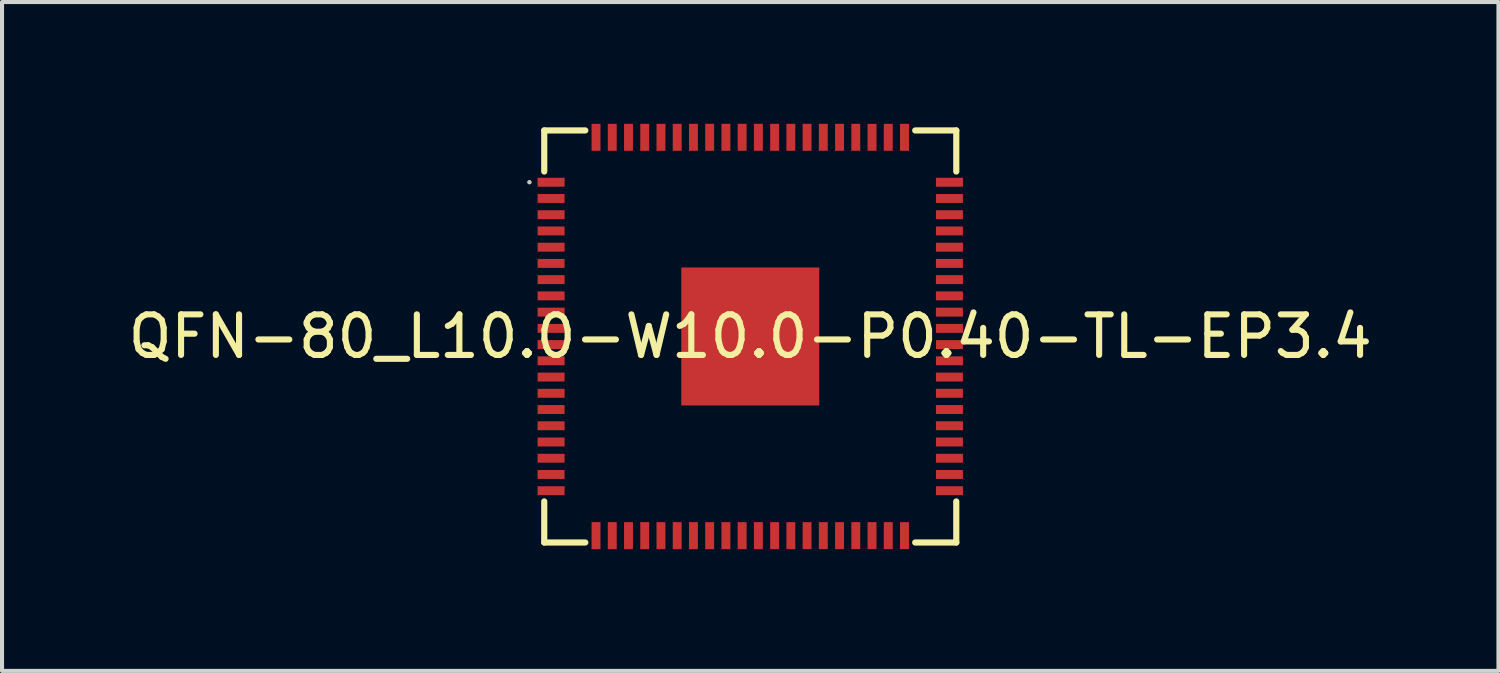
<source format=kicad_pcb>
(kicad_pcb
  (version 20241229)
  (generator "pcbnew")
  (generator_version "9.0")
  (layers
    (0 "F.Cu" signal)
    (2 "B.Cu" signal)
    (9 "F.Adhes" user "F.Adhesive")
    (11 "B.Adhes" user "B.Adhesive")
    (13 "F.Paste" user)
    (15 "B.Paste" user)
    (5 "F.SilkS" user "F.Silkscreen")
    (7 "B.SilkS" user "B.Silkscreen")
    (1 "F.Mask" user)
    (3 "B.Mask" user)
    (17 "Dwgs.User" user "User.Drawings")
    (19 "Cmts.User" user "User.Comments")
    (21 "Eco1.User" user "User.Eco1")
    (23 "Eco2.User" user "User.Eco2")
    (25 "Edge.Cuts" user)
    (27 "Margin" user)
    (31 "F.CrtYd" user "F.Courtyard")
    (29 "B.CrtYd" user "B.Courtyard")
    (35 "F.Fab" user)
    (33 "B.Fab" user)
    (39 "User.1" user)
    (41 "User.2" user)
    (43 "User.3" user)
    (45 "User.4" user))
  (footprint "QFN-80_L10.0-W10.0-P0.40-TL-EP3.4"
    (layer "F.Cu")
    (at 15.435 5.24)
    (property "Reference" "QFN-80_L10.0-W10.0-P0.40-TL-EP3.4" (at 0 0 0) (layer "F.SilkS") (effects (font (size 1 1) (thickness 0.15))))
    (fp_line (start -5.076 -5.076) (end -4.064 -5.076) (stroke (width 0.152) (type default)) (layer "F.SilkS"))
    (fp_line (start -5.076 -4.064) (end -5.076 -5.076) (stroke (width 0.152) (type default)) (layer "F.SilkS"))
    (fp_line (start -5.076 4.064) (end -5.076 5.076) (stroke (width 0.152) (type default)) (layer "F.SilkS"))
    (fp_line (start -5.076 5.076) (end -4.064 5.076) (stroke (width 0.152) (type default)) (layer "F.SilkS"))
    (fp_line (start 5.076 -5.076) (end 4.064 -5.076) (stroke (width 0.152) (type default)) (layer "F.SilkS"))
    (fp_line (start 5.076 -4.064) (end 5.076 -5.076) (stroke (width 0.152) (type default)) (layer "F.SilkS"))
    (fp_line (start 5.076 4.064) (end 5.076 5.076) (stroke (width 0.152) (type default)) (layer "F.SilkS"))
    (fp_line (start 5.076 5.076) (end 4.064 5.076) (stroke (width 0.152) (type default)) (layer "F.SilkS"))
    (fp_circle (center -5.441 -3.8) (end -5.416 -3.8) (stroke (width 0.05) (type default)) (fill no) (layer "F.SilkS"))
    (fp_circle (center -5.441 -3.8) (end -5.416 -3.8) (stroke (width 0.05) (type default)) (fill no) (layer "Dwgs.User"))
    (fp_poly (pts (xy -5 -3.7) (xy -4.6 -3.7) (xy -4.6 -3.9) (xy -5 -3.9)) (stroke (width 0.1) (type default)) (fill no) (layer "User.1"))
    (fp_poly (pts (xy -5 -3.3) (xy -4.6 -3.3) (xy -4.6 -3.5) (xy -5 -3.5)) (stroke (width 0.1) (type default)) (fill no) (layer "User.1"))
    (fp_poly (pts (xy -5 -2.9) (xy -4.6 -2.9) (xy -4.6 -3.1) (xy -5 -3.1)) (stroke (width 0.1) (type default)) (fill no) (layer "User.1"))
    (fp_poly (pts (xy -5 -2.5) (xy -4.6 -2.5) (xy -4.6 -2.7) (xy -5 -2.7)) (stroke (width 0.1) (type default)) (fill no) (layer "User.1"))
    (fp_poly (pts (xy -5 -2.1) (xy -4.6 -2.1) (xy -4.6 -2.3) (xy -5 -2.3)) (stroke (width 0.1) (type default)) (fill no) (layer "User.1"))
    (fp_poly (pts (xy -5 -1.7) (xy -4.6 -1.7) (xy -4.6 -1.9) (xy -5 -1.9)) (stroke (width 0.1) (type default)) (fill no) (layer "User.1"))
    (fp_poly (pts (xy -5 -1.3) (xy -4.6 -1.3) (xy -4.6 -1.5) (xy -5 -1.5)) (stroke (width 0.1) (type default)) (fill no) (layer "User.1"))
    (fp_poly (pts (xy -5 -0.9) (xy -4.6 -0.9) (xy -4.6 -1.1) (xy -5 -1.1)) (stroke (width 0.1) (type default)) (fill no) (layer "User.1"))
    (fp_poly (pts (xy -5 -0.5) (xy -4.6 -0.5) (xy -4.6 -0.7) (xy -5 -0.7)) (stroke (width 0.1) (type default)) (fill no) (layer "User.1"))
    (fp_poly (pts (xy -5 -0.1) (xy -4.6 -0.1) (xy -4.6 -0.3) (xy -5 -0.3)) (stroke (width 0.1) (type default)) (fill no) (layer "User.1"))
    (fp_poly (pts (xy -5 0.3) (xy -4.6 0.3) (xy -4.6 0.1) (xy -5 0.1)) (stroke (width 0.1) (type default)) (fill no) (layer "User.1"))
    (fp_poly (pts (xy -5 0.7) (xy -4.6 0.7) (xy -4.6 0.5) (xy -5 0.5)) (stroke (width 0.1) (type default)) (fill no) (layer "User.1"))
    (fp_poly (pts (xy -5 1.1) (xy -4.6 1.1) (xy -4.6 0.9) (xy -5 0.9)) (stroke (width 0.1) (type default)) (fill no) (layer "User.1"))
    (fp_poly (pts (xy -5 1.5) (xy -4.6 1.5) (xy -4.6 1.3) (xy -5 1.3)) (stroke (width 0.1) (type default)) (fill no) (layer "User.1"))
    (fp_poly (pts (xy -5 1.9) (xy -4.6 1.9) (xy -4.6 1.7) (xy -5 1.7)) (stroke (width 0.1) (type default)) (fill no) (layer "User.1"))
    (fp_poly (pts (xy -5 2.3) (xy -4.6 2.3) (xy -4.6 2.1) (xy -5 2.1)) (stroke (width 0.1) (type default)) (fill no) (layer "User.1"))
    (fp_poly (pts (xy -5 2.7) (xy -4.6 2.7) (xy -4.6 2.5) (xy -5 2.5)) (stroke (width 0.1) (type default)) (fill no) (layer "User.1"))
    (fp_poly (pts (xy -5 3.1) (xy -4.6 3.1) (xy -4.6 2.9) (xy -5 2.9)) (stroke (width 0.1) (type default)) (fill no) (layer "User.1"))
    (fp_poly (pts (xy -5 3.5) (xy -4.6 3.5) (xy -4.6 3.3) (xy -5 3.3)) (stroke (width 0.1) (type default)) (fill no) (layer "User.1"))
    (fp_poly (pts (xy -5 3.9) (xy -4.6 3.9) (xy -4.6 3.7) (xy -5 3.7)) (stroke (width 0.1) (type default)) (fill no) (layer "User.1"))
    (fp_poly (pts (xy -3.9 -5) (xy -3.7 -5) (xy -3.7 -4.6) (xy -3.9 -4.6)) (stroke (width 0.1) (type default)) (fill no) (layer "User.1"))
    (fp_poly (pts (xy -3.9 5) (xy -3.7 5) (xy -3.7 4.6) (xy -3.9 4.6)) (stroke (width 0.1) (type default)) (fill no) (layer "User.1"))
    (fp_poly (pts (xy -3.5 -5) (xy -3.3 -5) (xy -3.3 -4.6) (xy -3.5 -4.6)) (stroke (width 0.1) (type default)) (fill no) (layer "User.1"))
    (fp_poly (pts (xy -3.5 5) (xy -3.3 5) (xy -3.3 4.6) (xy -3.5 4.6)) (stroke (width 0.1) (type default)) (fill no) (layer "User.1"))
    (fp_poly (pts (xy -3.1 -5) (xy -2.9 -5) (xy -2.9 -4.6) (xy -3.1 -4.6)) (stroke (width 0.1) (type default)) (fill no) (layer "User.1"))
    (fp_poly (pts (xy -3.1 5) (xy -2.9 5) (xy -2.9 4.6) (xy -3.1 4.6)) (stroke (width 0.1) (type default)) (fill no) (layer "User.1"))
    (fp_poly (pts (xy -2.7 -5) (xy -2.5 -5) (xy -2.5 -4.6) (xy -2.7 -4.6)) (stroke (width 0.1) (type default)) (fill no) (layer "User.1"))
    (fp_poly (pts (xy -2.7 5) (xy -2.5 5) (xy -2.5 4.6) (xy -2.7 4.6)) (stroke (width 0.1) (type default)) (fill no) (layer "User.1"))
    (fp_poly (pts (xy -2.3 -5) (xy -2.1 -5) (xy -2.1 -4.6) (xy -2.3 -4.6)) (stroke (width 0.1) (type default)) (fill no) (layer "User.1"))
    (fp_poly (pts (xy -2.3 5) (xy -2.1 5) (xy -2.1 4.6) (xy -2.3 4.6)) (stroke (width 0.1) (type default)) (fill no) (layer "User.1"))
    (fp_poly (pts (xy -1.9 -5) (xy -1.7 -5) (xy -1.7 -4.6) (xy -1.9 -4.6)) (stroke (width 0.1) (type default)) (fill no) (layer "User.1"))
    (fp_poly (pts (xy -1.9 5) (xy -1.7 5) (xy -1.7 4.6) (xy -1.9 4.6)) (stroke (width 0.1) (type default)) (fill no) (layer "User.1"))
    (fp_poly (pts (xy -1.5 -5) (xy -1.3 -5) (xy -1.3 -4.6) (xy -1.5 -4.6)) (stroke (width 0.1) (type default)) (fill no) (layer "User.1"))
    (fp_poly (pts (xy -1.5 5) (xy -1.3 5) (xy -1.3 4.6) (xy -1.5 4.6)) (stroke (width 0.1) (type default)) (fill no) (layer "User.1"))
    (fp_poly (pts (xy -1.1 -5) (xy -0.9 -5) (xy -0.9 -4.6) (xy -1.1 -4.6)) (stroke (width 0.1) (type default)) (fill no) (layer "User.1"))
    (fp_poly (pts (xy -1.1 5) (xy -0.9 5) (xy -0.9 4.6) (xy -1.1 4.6)) (stroke (width 0.1) (type default)) (fill no) (layer "User.1"))
    (fp_poly (pts (xy -0.7 -5) (xy -0.5 -5) (xy -0.5 -4.6) (xy -0.7 -4.6)) (stroke (width 0.1) (type default)) (fill no) (layer "User.1"))
    (fp_poly (pts (xy -0.7 5) (xy -0.5 5) (xy -0.5 4.6) (xy -0.7 4.6)) (stroke (width 0.1) (type default)) (fill no) (layer "User.1"))
    (fp_poly (pts (xy -0.3 -5) (xy -0.1 -5) (xy -0.1 -4.6) (xy -0.3 -4.6)) (stroke (width 0.1) (type default)) (fill no) (layer "User.1"))
    (fp_poly (pts (xy -0.3 5) (xy -0.1 5) (xy -0.1 4.6) (xy -0.3 4.6)) (stroke (width 0.1) (type default)) (fill no) (layer "User.1"))
    (fp_poly (pts (xy 0.1 -5) (xy 0.3 -5) (xy 0.3 -4.6) (xy 0.1 -4.6)) (stroke (width 0.1) (type default)) (fill no) (layer "User.1"))
    (fp_poly (pts (xy 0.1 5) (xy 0.3 5) (xy 0.3 4.6) (xy 0.1 4.6)) (stroke (width 0.1) (type default)) (fill no) (layer "User.1"))
    (fp_poly (pts (xy 0.5 -5) (xy 0.7 -5) (xy 0.7 -4.6) (xy 0.5 -4.6)) (stroke (width 0.1) (type default)) (fill no) (layer "User.1"))
    (fp_poly (pts (xy 0.5 5) (xy 0.7 5) (xy 0.7 4.6) (xy 0.5 4.6)) (stroke (width 0.1) (type default)) (fill no) (layer "User.1"))
    (fp_poly (pts (xy 0.9 -5) (xy 1.1 -5) (xy 1.1 -4.6) (xy 0.9 -4.6)) (stroke (width 0.1) (type default)) (fill no) (layer "User.1"))
    (fp_poly (pts (xy 0.9 5) (xy 1.1 5) (xy 1.1 4.6) (xy 0.9 4.6)) (stroke (width 0.1) (type default)) (fill no) (layer "User.1"))
    (fp_poly (pts (xy 1.3 -5) (xy 1.5 -5) (xy 1.5 -4.6) (xy 1.3 -4.6)) (stroke (width 0.1) (type default)) (fill no) (layer "User.1"))
    (fp_poly (pts (xy 1.3 5) (xy 1.5 5) (xy 1.5 4.6) (xy 1.3 4.6)) (stroke (width 0.1) (type default)) (fill no) (layer "User.1"))
    (fp_poly (pts (xy 1.7 -5) (xy 1.9 -5) (xy 1.9 -4.6) (xy 1.7 -4.6)) (stroke (width 0.1) (type default)) (fill no) (layer "User.1"))
    (fp_poly (pts (xy 1.7 5) (xy 1.9 5) (xy 1.9 4.6) (xy 1.7 4.6)) (stroke (width 0.1) (type default)) (fill no) (layer "User.1"))
    (fp_poly (pts (xy 2.1 -5) (xy 2.3 -5) (xy 2.3 -4.6) (xy 2.1 -4.6)) (stroke (width 0.1) (type default)) (fill no) (layer "User.1"))
    (fp_poly (pts (xy 2.1 5) (xy 2.3 5) (xy 2.3 4.6) (xy 2.1 4.6)) (stroke (width 0.1) (type default)) (fill no) (layer "User.1"))
    (fp_poly (pts (xy 2.5 -5) (xy 2.7 -5) (xy 2.7 -4.6) (xy 2.5 -4.6)) (stroke (width 0.1) (type default)) (fill no) (layer "User.1"))
    (fp_poly (pts (xy 2.5 5) (xy 2.7 5) (xy 2.7 4.6) (xy 2.5 4.6)) (stroke (width 0.1) (type default)) (fill no) (layer "User.1"))
    (fp_poly (pts (xy 2.9 -5) (xy 3.1 -5) (xy 3.1 -4.6) (xy 2.9 -4.6)) (stroke (width 0.1) (type default)) (fill no) (layer "User.1"))
    (fp_poly (pts (xy 2.9 5) (xy 3.1 5) (xy 3.1 4.6) (xy 2.9 4.6)) (stroke (width 0.1) (type default)) (fill no) (layer "User.1"))
    (fp_poly (pts (xy 3.3 -5) (xy 3.5 -5) (xy 3.5 -4.6) (xy 3.3 -4.6)) (stroke (width 0.1) (type default)) (fill no) (layer "User.1"))
    (fp_poly (pts (xy 3.3 5) (xy 3.5 5) (xy 3.5 4.6) (xy 3.3 4.6)) (stroke (width 0.1) (type default)) (fill no) (layer "User.1"))
    (fp_poly (pts (xy 3.7 -5) (xy 3.9 -5) (xy 3.9 -4.6) (xy 3.7 -4.6)) (stroke (width 0.1) (type default)) (fill no) (layer "User.1"))
    (fp_poly (pts (xy 3.7 5) (xy 3.9 5) (xy 3.9 4.6) (xy 3.7 4.6)) (stroke (width 0.1) (type default)) (fill no) (layer "User.1"))
    (fp_poly (pts (xy 5 -3.7) (xy 4.6 -3.7) (xy 4.6 -3.9) (xy 5 -3.9)) (stroke (width 0.1) (type default)) (fill no) (layer "User.1"))
    (fp_poly (pts (xy 5 -3.3) (xy 4.6 -3.3) (xy 4.6 -3.5) (xy 5 -3.5)) (stroke (width 0.1) (type default)) (fill no) (layer "User.1"))
    (fp_poly (pts (xy 5 -2.9) (xy 4.6 -2.9) (xy 4.6 -3.1) (xy 5 -3.1)) (stroke (width 0.1) (type default)) (fill no) (layer "User.1"))
    (fp_poly (pts (xy 5 -2.5) (xy 4.6 -2.5) (xy 4.6 -2.7) (xy 5 -2.7)) (stroke (width 0.1) (type default)) (fill no) (layer "User.1"))
    (fp_poly (pts (xy 5 -2.1) (xy 4.6 -2.1) (xy 4.6 -2.3) (xy 5 -2.3)) (stroke (width 0.1) (type default)) (fill no) (layer "User.1"))
    (fp_poly (pts (xy 5 -1.7) (xy 4.6 -1.7) (xy 4.6 -1.9) (xy 5 -1.9)) (stroke (width 0.1) (type default)) (fill no) (layer "User.1"))
    (fp_poly (pts (xy 5 -1.3) (xy 4.6 -1.3) (xy 4.6 -1.5) (xy 5 -1.5)) (stroke (width 0.1) (type default)) (fill no) (layer "User.1"))
    (fp_poly (pts (xy 5 -0.9) (xy 4.6 -0.9) (xy 4.6 -1.1) (xy 5 -1.1)) (stroke (width 0.1) (type default)) (fill no) (layer "User.1"))
    (fp_poly (pts (xy 5 -0.5) (xy 4.6 -0.5) (xy 4.6 -0.7) (xy 5 -0.7)) (stroke (width 0.1) (type default)) (fill no) (layer "User.1"))
    (fp_poly (pts (xy 5 -0.1) (xy 4.6 -0.1) (xy 4.6 -0.3) (xy 5 -0.3)) (stroke (width 0.1) (type default)) (fill no) (layer "User.1"))
    (fp_poly (pts (xy 5 0.3) (xy 4.6 0.3) (xy 4.6 0.1) (xy 5 0.1)) (stroke (width 0.1) (type default)) (fill no) (layer "User.1"))
    (fp_poly (pts (xy 5 0.7) (xy 4.6 0.7) (xy 4.6 0.5) (xy 5 0.5)) (stroke (width 0.1) (type default)) (fill no) (layer "User.1"))
    (fp_poly (pts (xy 5 1.1) (xy 4.6 1.1) (xy 4.6 0.9) (xy 5 0.9)) (stroke (width 0.1) (type default)) (fill no) (layer "User.1"))
    (fp_poly (pts (xy 5 1.5) (xy 4.6 1.5) (xy 4.6 1.3) (xy 5 1.3)) (stroke (width 0.1) (type default)) (fill no) (layer "User.1"))
    (fp_poly (pts (xy 5 1.9) (xy 4.6 1.9) (xy 4.6 1.7) (xy 5 1.7)) (stroke (width 0.1) (type default)) (fill no) (layer "User.1"))
    (fp_poly (pts (xy 5 2.3) (xy 4.6 2.3) (xy 4.6 2.1) (xy 5 2.1)) (stroke (width 0.1) (type default)) (fill no) (layer "User.1"))
    (fp_poly (pts (xy 5 2.7) (xy 4.6 2.7) (xy 4.6 2.5) (xy 5 2.5)) (stroke (width 0.1) (type default)) (fill no) (layer "User.1"))
    (fp_poly (pts (xy 5 3.1) (xy 4.6 3.1) (xy 4.6 2.9) (xy 5 2.9)) (stroke (width 0.1) (type default)) (fill no) (layer "User.1"))
    (fp_poly (pts (xy 5 3.5) (xy 4.6 3.5) (xy 4.6 3.3) (xy 5 3.3)) (stroke (width 0.1) (type default)) (fill no) (layer "User.1"))
    (fp_poly (pts (xy 5 3.9) (xy 4.6 3.9) (xy 4.6 3.7) (xy 5 3.7)) (stroke (width 0.1) (type default)) (fill no) (layer "User.1"))
    (fp_poly (pts (xy -1.36 -1.7) (xy 1.7 -1.7) (xy 1.7 1.7) (xy -1.7 1.7) (xy -1.7 -1.36)) (stroke (width 0.1) (type default)) (fill no) (layer "User.1"))
    (fp_line (start -5 -5) (end -5 5) (stroke (width 0.051) (type default)) (layer "User.2"))
    (fp_line (start -5 5) (end 5 5) (stroke (width 0.051) (type default)) (layer "User.2"))
    (fp_line (start 5 -5) (end -5 -5) (stroke (width 0.051) (type default)) (layer "User.2"))
    (fp_line (start 5 5) (end 5 -5) (stroke (width 0.051) (type default)) (layer "User.2"))
    (fp_poly (pts (xy -4.945 -5.023) (xy -4.977 -5.055) (xy -5.023 -5.055) (xy -5.055 -5.023) (xy -5.055 -4.977) (xy -5.023 -4.945) (xy -4.977 -4.945) (xy -4.945 -4.977)) (stroke (width 0.1) (type default)) (fill no) (layer "User.3"))
    (pad "1" smd rect (at -4.907 -3.8) (size 0.665 0.22) (layers "F.Cu" "F.Mask" "F.Paste"))
    (pad "2" smd rect (at -4.907 -3.4) (size 0.665 0.22) (layers "F.Cu" "F.Mask" "F.Paste"))
    (pad "3" smd rect (at -4.907 -3) (size 0.665 0.22) (layers "F.Cu" "F.Mask" "F.Paste"))
    (pad "4" smd rect (at -4.907 -2.6) (size 0.665 0.22) (layers "F.Cu" "F.Mask" "F.Paste"))
    (pad "5" smd rect (at -4.907 -2.2) (size 0.665 0.22) (layers "F.Cu" "F.Mask" "F.Paste"))
    (pad "6" smd rect (at -4.907 -1.8) (size 0.665 0.22) (layers "F.Cu" "F.Mask" "F.Paste"))
    (pad "7" smd rect (at -4.907 -1.4) (size 0.665 0.22) (layers "F.Cu" "F.Mask" "F.Paste"))
    (pad "8" smd rect (at -4.907 -1) (size 0.665 0.22) (layers "F.Cu" "F.Mask" "F.Paste"))
    (pad "9" smd rect (at -4.907 -0.6) (size 0.665 0.22) (layers "F.Cu" "F.Mask" "F.Paste"))
    (pad "10" smd rect (at -4.907 -0.2) (size 0.665 0.22) (layers "F.Cu" "F.Mask" "F.Paste"))
    (pad "11" smd rect (at -4.907 0.2) (size 0.665 0.22) (layers "F.Cu" "F.Mask" "F.Paste"))
    (pad "12" smd rect (at -4.907 0.6) (size 0.665 0.22) (layers "F.Cu" "F.Mask" "F.Paste"))
    (pad "13" smd rect (at -4.907 1) (size 0.665 0.22) (layers "F.Cu" "F.Mask" "F.Paste"))
    (pad "14" smd rect (at -4.907 1.4) (size 0.665 0.22) (layers "F.Cu" "F.Mask" "F.Paste"))
    (pad "15" smd rect (at -4.907 1.8) (size 0.665 0.22) (layers "F.Cu" "F.Mask" "F.Paste"))
    (pad "16" smd rect (at -4.907 2.2) (size 0.665 0.22) (layers "F.Cu" "F.Mask" "F.Paste"))
    (pad "17" smd rect (at -4.907 2.6) (size 0.665 0.22) (layers "F.Cu" "F.Mask" "F.Paste"))
    (pad "18" smd rect (at -4.907 3) (size 0.665 0.22) (layers "F.Cu" "F.Mask" "F.Paste"))
    (pad "19" smd rect (at -4.907 3.4) (size 0.665 0.22) (layers "F.Cu" "F.Mask" "F.Paste"))
    (pad "20" smd rect (at -4.907 3.8) (size 0.665 0.22) (layers "F.Cu" "F.Mask" "F.Paste"))
    (pad "21" smd rect (at -3.8 4.907) (size 0.22 0.665) (layers "F.Cu" "F.Mask" "F.Paste"))
    (pad "22" smd rect (at -3.4 4.907) (size 0.22 0.665) (layers "F.Cu" "F.Mask" "F.Paste"))
    (pad "23" smd rect (at -3 4.907) (size 0.22 0.665) (layers "F.Cu" "F.Mask" "F.Paste"))
    (pad "24" smd rect (at -2.6 4.907) (size 0.22 0.665) (layers "F.Cu" "F.Mask" "F.Paste"))
    (pad "25" smd rect (at -2.2 4.907) (size 0.22 0.665) (layers "F.Cu" "F.Mask" "F.Paste"))
    (pad "26" smd rect (at -1.8 4.907) (size 0.22 0.665) (layers "F.Cu" "F.Mask" "F.Paste"))
    (pad "27" smd rect (at -1.4 4.907) (size 0.22 0.665) (layers "F.Cu" "F.Mask" "F.Paste"))
    (pad "28" smd rect (at -1 4.907) (size 0.22 0.665) (layers "F.Cu" "F.Mask" "F.Paste"))
    (pad "29" smd rect (at -0.6 4.907) (size 0.22 0.665) (layers "F.Cu" "F.Mask" "F.Paste"))
    (pad "30" smd rect (at -0.2 4.907) (size 0.22 0.665) (layers "F.Cu" "F.Mask" "F.Paste"))
    (pad "31" smd rect (at 0.2 4.907) (size 0.22 0.665) (layers "F.Cu" "F.Mask" "F.Paste"))
    (pad "32" smd rect (at 0.6 4.907) (size 0.22 0.665) (layers "F.Cu" "F.Mask" "F.Paste"))
    (pad "33" smd rect (at 1 4.907) (size 0.22 0.665) (layers "F.Cu" "F.Mask" "F.Paste"))
    (pad "34" smd rect (at 1.4 4.907) (size 0.22 0.665) (layers "F.Cu" "F.Mask" "F.Paste"))
    (pad "35" smd rect (at 1.8 4.907) (size 0.22 0.665) (layers "F.Cu" "F.Mask" "F.Paste"))
    (pad "36" smd rect (at 2.2 4.907) (size 0.22 0.665) (layers "F.Cu" "F.Mask" "F.Paste"))
    (pad "37" smd rect (at 2.6 4.907) (size 0.22 0.665) (layers "F.Cu" "F.Mask" "F.Paste"))
    (pad "38" smd rect (at 3 4.907) (size 0.22 0.665) (layers "F.Cu" "F.Mask" "F.Paste"))
    (pad "39" smd rect (at 3.4 4.907) (size 0.22 0.665) (layers "F.Cu" "F.Mask" "F.Paste"))
    (pad "40" smd rect (at 3.8 4.907) (size 0.22 0.665) (layers "F.Cu" "F.Mask" "F.Paste"))
    (pad "41" smd rect (at 4.907 3.8) (size 0.665 0.22) (layers "F.Cu" "F.Mask" "F.Paste"))
    (pad "42" smd rect (at 4.907 3.4) (size 0.665 0.22) (layers "F.Cu" "F.Mask" "F.Paste"))
    (pad "43" smd rect (at 4.907 3) (size 0.665 0.22) (layers "F.Cu" "F.Mask" "F.Paste"))
    (pad "44" smd rect (at 4.907 2.6) (size 0.665 0.22) (layers "F.Cu" "F.Mask" "F.Paste"))
    (pad "45" smd rect (at 4.907 2.2) (size 0.665 0.22) (layers "F.Cu" "F.Mask" "F.Paste"))
    (pad "46" smd rect (at 4.907 1.8) (size 0.665 0.22) (layers "F.Cu" "F.Mask" "F.Paste"))
    (pad "47" smd rect (at 4.907 1.4) (size 0.665 0.22) (layers "F.Cu" "F.Mask" "F.Paste"))
    (pad "48" smd rect (at 4.907 1) (size 0.665 0.22) (layers "F.Cu" "F.Mask" "F.Paste"))
    (pad "49" smd rect (at 4.907 0.6) (size 0.665 0.22) (layers "F.Cu" "F.Mask" "F.Paste"))
    (pad "50" smd rect (at 4.907 0.2) (size 0.665 0.22) (layers "F.Cu" "F.Mask" "F.Paste"))
    (pad "51" smd rect (at 4.907 -0.2) (size 0.665 0.22) (layers "F.Cu" "F.Mask" "F.Paste"))
    (pad "52" smd rect (at 4.907 -0.6) (size 0.665 0.22) (layers "F.Cu" "F.Mask" "F.Paste"))
    (pad "53" smd rect (at 4.907 -1) (size 0.665 0.22) (layers "F.Cu" "F.Mask" "F.Paste"))
    (pad "54" smd rect (at 4.907 -1.4) (size 0.665 0.22) (layers "F.Cu" "F.Mask" "F.Paste"))
    (pad "55" smd rect (at 4.907 -1.8) (size 0.665 0.22) (layers "F.Cu" "F.Mask" "F.Paste"))
    (pad "56" smd rect (at 4.907 -2.2) (size 0.665 0.22) (layers "F.Cu" "F.Mask" "F.Paste"))
    (pad "57" smd rect (at 4.907 -2.6) (size 0.665 0.22) (layers "F.Cu" "F.Mask" "F.Paste"))
    (pad "58" smd rect (at 4.907 -3) (size 0.665 0.22) (layers "F.Cu" "F.Mask" "F.Paste"))
    (pad "59" smd rect (at 4.907 -3.4) (size 0.665 0.22) (layers "F.Cu" "F.Mask" "F.Paste"))
    (pad "60" smd rect (at 4.907 -3.8) (size 0.665 0.22) (layers "F.Cu" "F.Mask" "F.Paste"))
    (pad "61" smd rect (at 3.8 -4.907) (size 0.22 0.665) (layers "F.Cu" "F.Mask" "F.Paste"))
    (pad "62" smd rect (at 3.4 -4.907) (size 0.22 0.665) (layers "F.Cu" "F.Mask" "F.Paste"))
    (pad "63" smd rect (at 3 -4.907) (size 0.22 0.665) (layers "F.Cu" "F.Mask" "F.Paste"))
    (pad "64" smd rect (at 2.6 -4.907) (size 0.22 0.665) (layers "F.Cu" "F.Mask" "F.Paste"))
    (pad "65" smd rect (at 2.2 -4.907) (size 0.22 0.665) (layers "F.Cu" "F.Mask" "F.Paste"))
    (pad "66" smd rect (at 1.8 -4.907) (size 0.22 0.665) (layers "F.Cu" "F.Mask" "F.Paste"))
    (pad "67" smd rect (at 1.4 -4.907) (size 0.22 0.665) (layers "F.Cu" "F.Mask" "F.Paste"))
    (pad "68" smd rect (at 1 -4.907) (size 0.22 0.665) (layers "F.Cu" "F.Mask" "F.Paste"))
    (pad "69" smd rect (at 0.6 -4.907) (size 0.22 0.665) (layers "F.Cu" "F.Mask" "F.Paste"))
    (pad "70" smd rect (at 0.2 -4.907) (size 0.22 0.665) (layers "F.Cu" "F.Mask" "F.Paste"))
    (pad "71" smd rect (at -0.2 -4.907) (size 0.22 0.665) (layers "F.Cu" "F.Mask" "F.Paste"))
    (pad "72" smd rect (at -0.6 -4.907) (size 0.22 0.665) (layers "F.Cu" "F.Mask" "F.Paste"))
    (pad "73" smd rect (at -1 -4.907) (size 0.22 0.665) (layers "F.Cu" "F.Mask" "F.Paste"))
    (pad "74" smd rect (at -1.4 -4.907) (size 0.22 0.665) (layers "F.Cu" "F.Mask" "F.Paste"))
    (pad "75" smd rect (at -1.8 -4.907) (size 0.22 0.665) (layers "F.Cu" "F.Mask" "F.Paste"))
    (pad "76" smd rect (at -2.2 -4.907) (size 0.22 0.665) (layers "F.Cu" "F.Mask" "F.Paste"))
    (pad "77" smd rect (at -2.6 -4.907) (size 0.22 0.665) (layers "F.Cu" "F.Mask" "F.Paste"))
    (pad "78" smd rect (at -3 -4.907) (size 0.22 0.665) (layers "F.Cu" "F.Mask" "F.Paste"))
    (pad "79" smd rect (at -3.4 -4.907) (size 0.22 0.665) (layers "F.Cu" "F.Mask" "F.Paste"))
    (pad "80" smd rect (at -3.8 -4.907) (size 0.22 0.665) (layers "F.Cu" "F.Mask" "F.Paste"))
    (pad "81" smd rect (at 0 0) (size 3.4 3.4) (layers "F.Cu" "F.Mask" "F.Paste")))
  (gr_rect
    (start -3 -3)
    (end 33.869 13.48)
    (stroke (width 0.1) (type default))
    (fill no)
    (layer "Edge.Cuts")))
</source>
